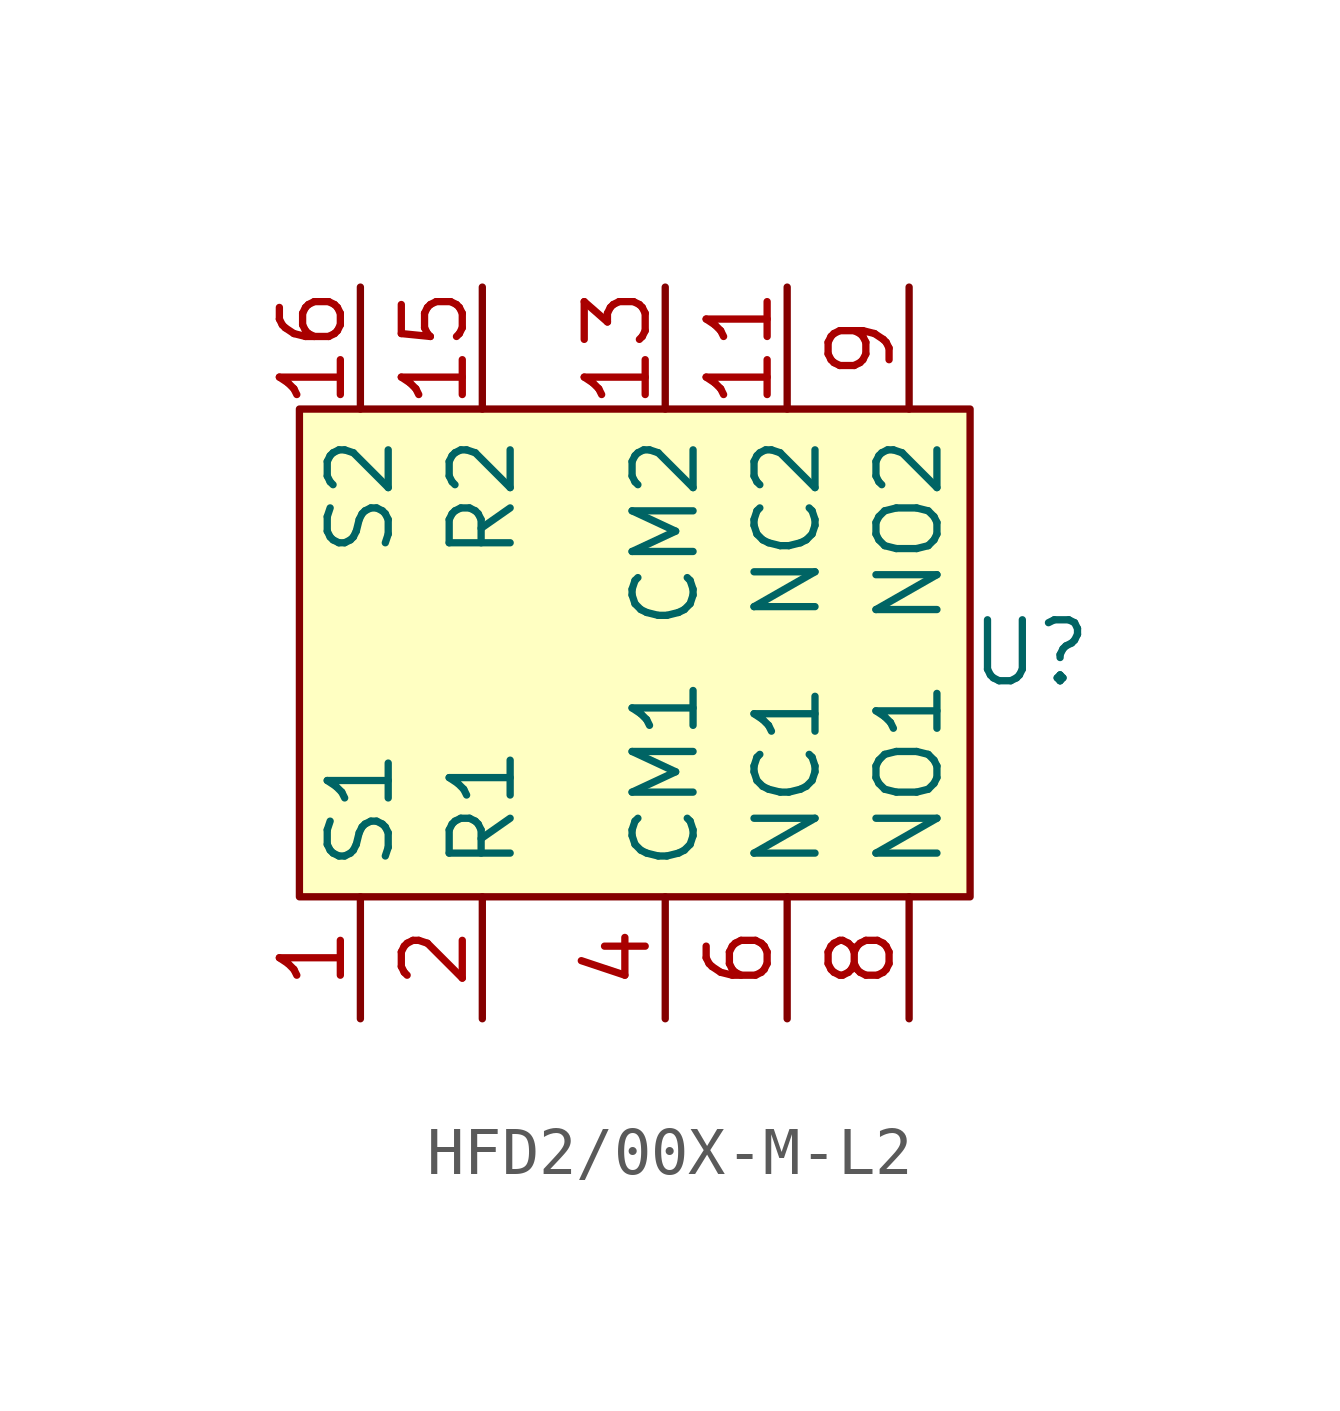
<source format=kicad_sym>
(kicad_symbol_lib
  (version 20220914)
  (generator kicad_symbol_editor)
  (symbol "HFD2/00X-M-L2"
    (property "Reference" "U"
      (at 15.24 -5.08 0)
      (effects (font (size 1.27 1.27))))
    (property "Value" ""
      (at 0 0 0)
      (effects (font (size 1.27 1.27))))
    (symbol "HFD2/00X-M-L2_1_1"
      (rectangle (start 0 0) (end 13.97 -10.16) (stroke (width 0) (type default)) (fill (type background)))
      (pin passive line (at 1.27 -12.7 90) (length 2.54) (name "S1" (effects (font (size 1.27 1.27)))) (number "1" (effects (font (size 1.27 1.27)))))
      (pin passive line (at 10.16 2.54 270) (length 2.54) (name "NC2" (effects (font (size 1.27 1.27)))) (number "11" (effects (font (size 1.27 1.27)))))
      (pin passive line (at 7.62 2.54 270) (length 2.54) (name "CM2" (effects (font (size 1.27 1.27)))) (number "13" (effects (font (size 1.27 1.27)))))
      (pin passive line (at 3.81 2.54 270) (length 2.54) (name "R2" (effects (font (size 1.27 1.27)))) (number "15" (effects (font (size 1.27 1.27)))))
      (pin passive line (at 1.27 2.54 270) (length 2.54) (name "S2" (effects (font (size 1.27 1.27)))) (number "16" (effects (font (size 1.27 1.27)))))
      (pin passive line (at 3.81 -12.7 90) (length 2.54) (name "R1" (effects (font (size 1.27 1.27)))) (number "2" (effects (font (size 1.27 1.27)))))
      (pin passive line (at 7.62 -12.7 90) (length 2.54) (name "CM1" (effects (font (size 1.27 1.27)))) (number "4" (effects (font (size 1.27 1.27)))))
      (pin passive line (at 10.16 -12.7 90) (length 2.54) (name "NC1" (effects (font (size 1.27 1.27)))) (number "6" (effects (font (size 1.27 1.27)))))
      (pin passive line (at 12.7 -12.7 90) (length 2.54) (name "NO1" (effects (font (size 1.27 1.27)))) (number "8" (effects (font (size 1.27 1.27)))))
      (pin passive line (at 12.7 2.54 270) (length 2.54) (name "NO2" (effects (font (size 1.27 1.27)))) (number "9" (effects (font (size 1.27 1.27))))))))
</source>
